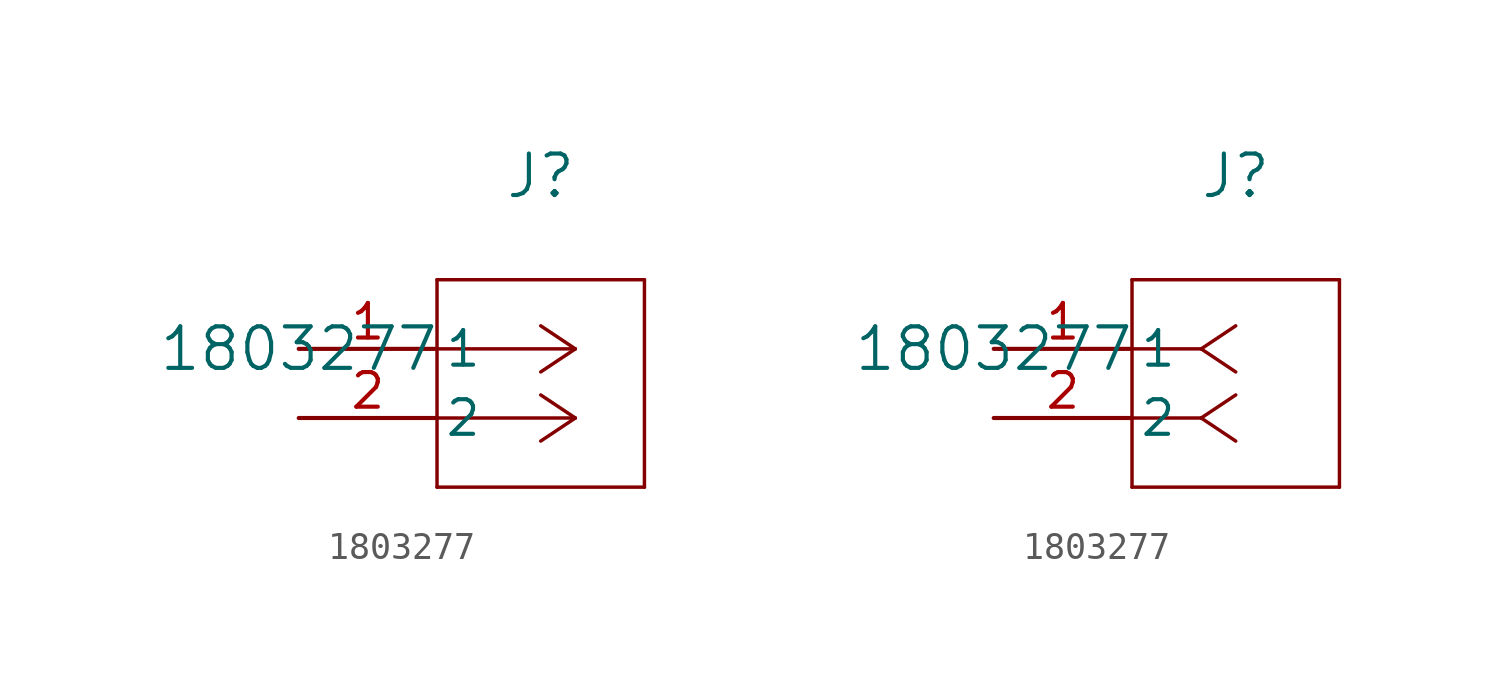
<source format=kicad_sym>
(kicad_symbol_lib
  (version 20211014)
  (generator kicad_symbol_editor)
  (symbol "1803277"
    (pin_names
      (offset 0.254))
    (property "Reference" "J"
      (at 8.89 6.35 0)
      (effects (font (size 1.524 1.524))))
    (property "Value" "1803277"
      (at 0 0 0)
      (effects (font (size 1.524 1.524))))
    (symbol "1803277_1_1"
      (polyline (pts (xy 10.16 0) (xy 5.08 0)) (stroke (width 0.127) (type default) (color 0 0 0 0)) (fill (type none)))
      (polyline (pts (xy 10.16 -2.54) (xy 5.08 -2.54)) (stroke (width 0.127) (type default) (color 0 0 0 0)) (fill (type none)))
      (polyline (pts (xy 10.16 0) (xy 8.89 0.847)) (stroke (width 0.127) (type default) (color 0 0 0 0)) (fill (type none)))
      (polyline (pts (xy 10.16 -2.54) (xy 8.89 -1.693)) (stroke (width 0.127) (type default) (color 0 0 0 0)) (fill (type none)))
      (polyline (pts (xy 10.16 0) (xy 8.89 -0.847)) (stroke (width 0.127) (type default) (color 0 0 0 0)) (fill (type none)))
      (polyline (pts (xy 10.16 -2.54) (xy 8.89 -3.387)) (stroke (width 0.127) (type default) (color 0 0 0 0)) (fill (type none)))
      (polyline (pts (xy 5.08 2.54) (xy 5.08 -5.08)) (stroke (width 0.127) (type default) (color 0 0 0 0)) (fill (type none)))
      (polyline (pts (xy 5.08 -5.08) (xy 12.7 -5.08)) (stroke (width 0.127) (type default) (color 0 0 0 0)) (fill (type none)))
      (polyline (pts (xy 12.7 -5.08) (xy 12.7 2.54)) (stroke (width 0.127) (type default) (color 0 0 0 0)) (fill (type none)))
      (polyline (pts (xy 12.7 2.54) (xy 5.08 2.54)) (stroke (width 0.127) (type default) (color 0 0 0 0)) (fill (type none)))
      (pin unspecified line (at 0 0 0) (length 5.08) (name "1" (effects (font (size 1.27 1.27)))) (number "1" (effects (font (size 1.27 1.27)))))
      (pin unspecified line (at 0 -2.54 0) (length 5.08) (name "2" (effects (font (size 1.27 1.27)))) (number "2" (effects (font (size 1.27 1.27))))))
    (symbol "1803277_1_2"
      (polyline (pts (xy 7.62 0) (xy 5.08 0)) (stroke (width 0.127) (type default) (color 0 0 0 0)) (fill (type none)))
      (polyline (pts (xy 7.62 -2.54) (xy 5.08 -2.54)) (stroke (width 0.127) (type default) (color 0 0 0 0)) (fill (type none)))
      (polyline (pts (xy 7.62 0) (xy 8.89 0.847)) (stroke (width 0.127) (type default) (color 0 0 0 0)) (fill (type none)))
      (polyline (pts (xy 7.62 -2.54) (xy 8.89 -1.693)) (stroke (width 0.127) (type default) (color 0 0 0 0)) (fill (type none)))
      (polyline (pts (xy 7.62 0) (xy 8.89 -0.847)) (stroke (width 0.127) (type default) (color 0 0 0 0)) (fill (type none)))
      (polyline (pts (xy 7.62 -2.54) (xy 8.89 -3.387)) (stroke (width 0.127) (type default) (color 0 0 0 0)) (fill (type none)))
      (polyline (pts (xy 5.08 2.54) (xy 5.08 -5.08)) (stroke (width 0.127) (type default) (color 0 0 0 0)) (fill (type none)))
      (polyline (pts (xy 5.08 -5.08) (xy 12.7 -5.08)) (stroke (width 0.127) (type default) (color 0 0 0 0)) (fill (type none)))
      (polyline (pts (xy 12.7 -5.08) (xy 12.7 2.54)) (stroke (width 0.127) (type default) (color 0 0 0 0)) (fill (type none)))
      (polyline (pts (xy 12.7 2.54) (xy 5.08 2.54)) (stroke (width 0.127) (type default) (color 0 0 0 0)) (fill (type none)))
      (pin unspecified line (at 0 0 0) (length 5.08) (name "1" (effects (font (size 1.27 1.27)))) (number "1" (effects (font (size 1.27 1.27)))))
      (pin unspecified line (at 0 -2.54 0) (length 5.08) (name "2" (effects (font (size 1.27 1.27)))) (number "2" (effects (font (size 1.27 1.27))))))))
</source>
